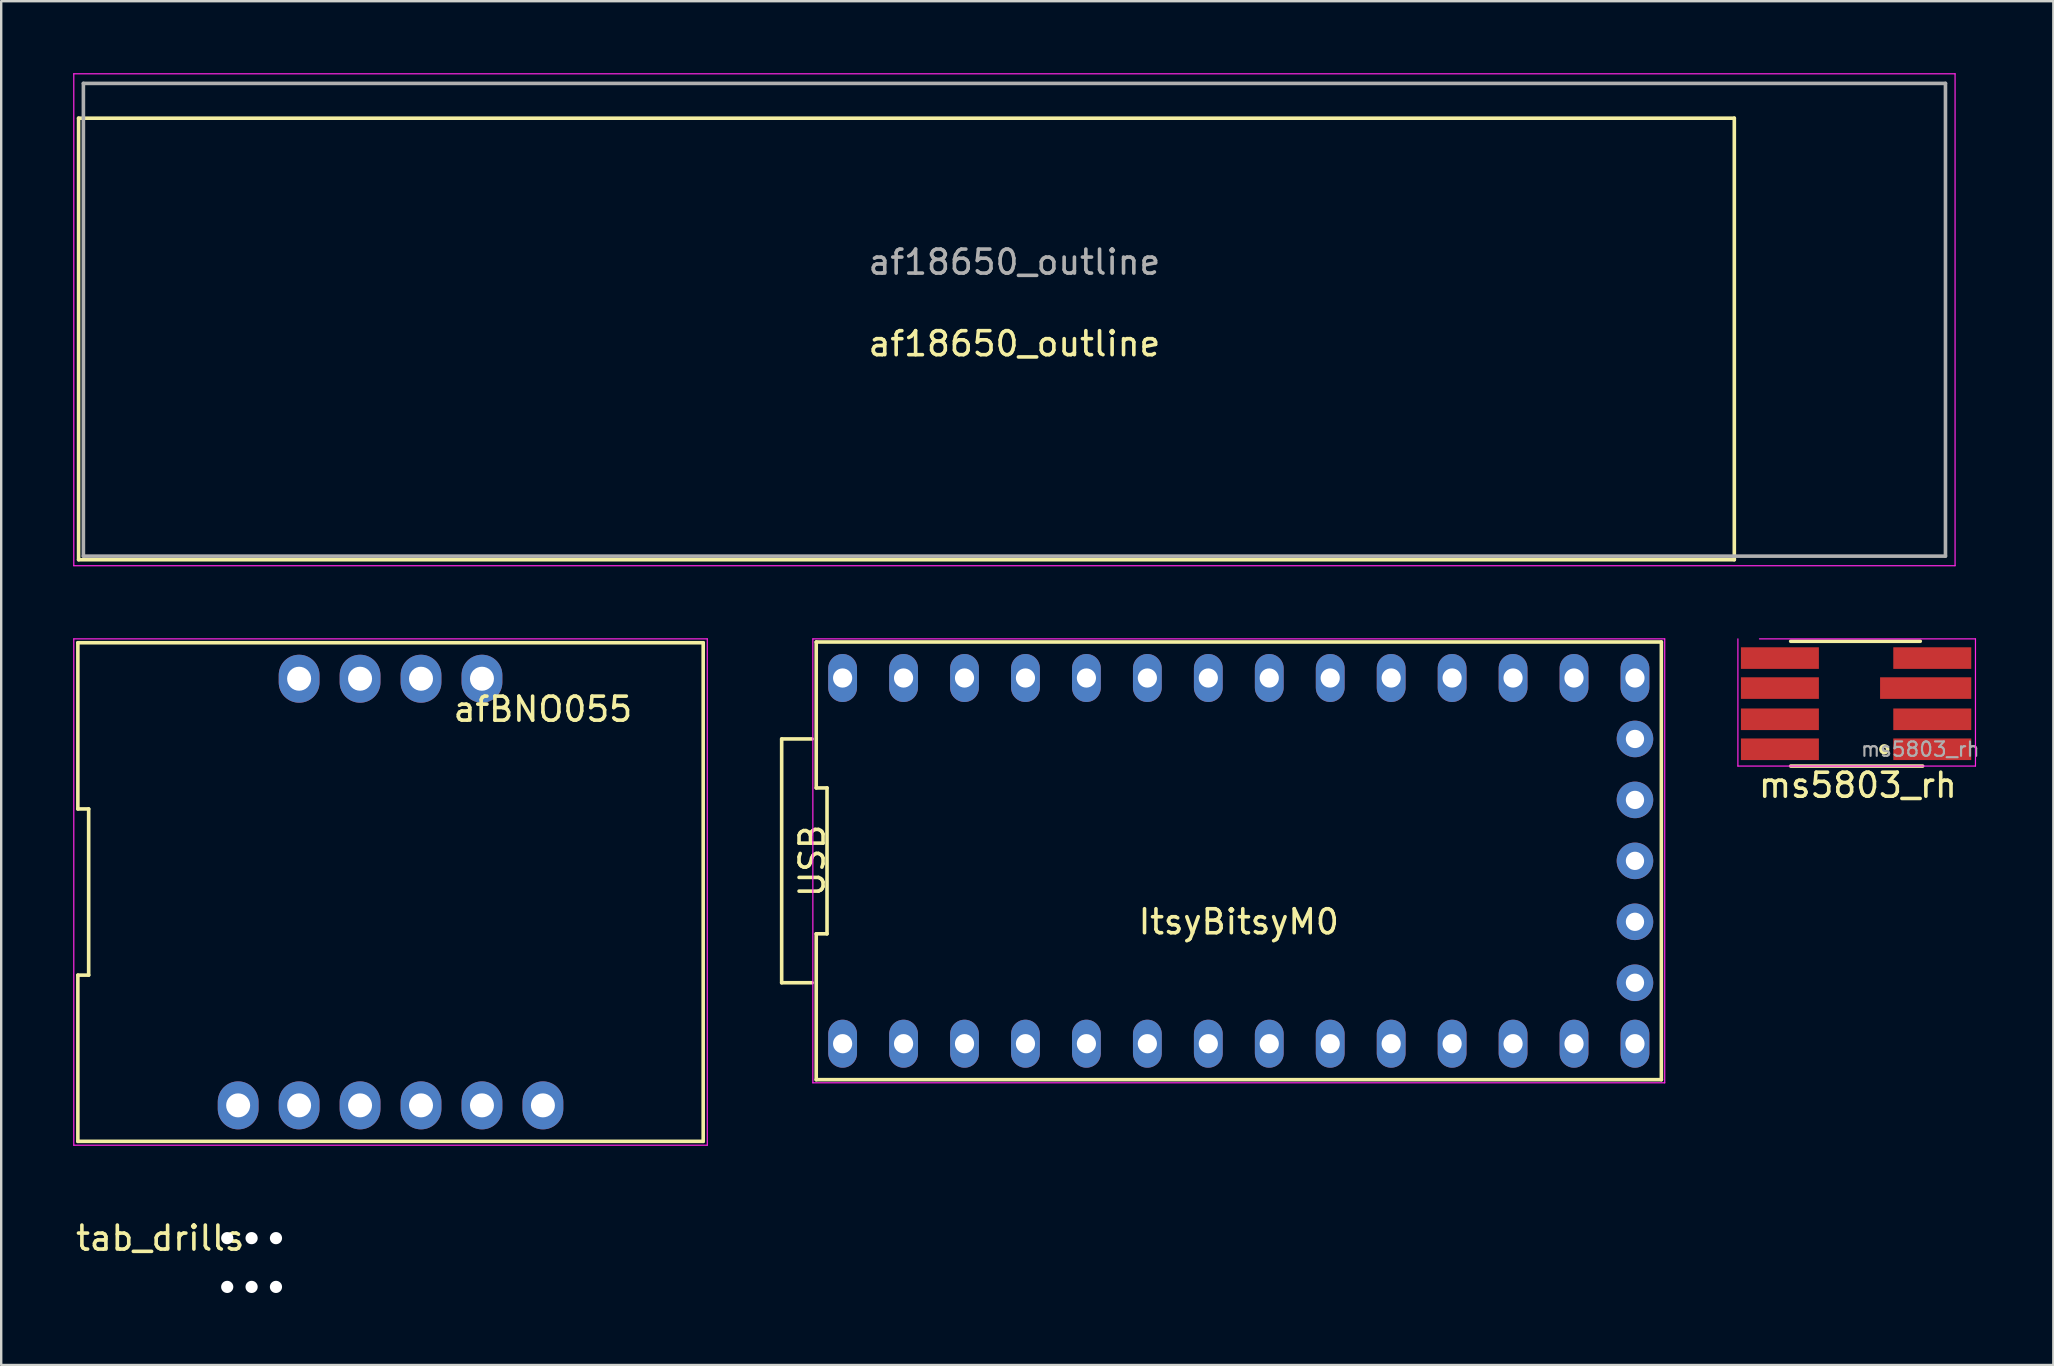
<source format=kicad_pcb>
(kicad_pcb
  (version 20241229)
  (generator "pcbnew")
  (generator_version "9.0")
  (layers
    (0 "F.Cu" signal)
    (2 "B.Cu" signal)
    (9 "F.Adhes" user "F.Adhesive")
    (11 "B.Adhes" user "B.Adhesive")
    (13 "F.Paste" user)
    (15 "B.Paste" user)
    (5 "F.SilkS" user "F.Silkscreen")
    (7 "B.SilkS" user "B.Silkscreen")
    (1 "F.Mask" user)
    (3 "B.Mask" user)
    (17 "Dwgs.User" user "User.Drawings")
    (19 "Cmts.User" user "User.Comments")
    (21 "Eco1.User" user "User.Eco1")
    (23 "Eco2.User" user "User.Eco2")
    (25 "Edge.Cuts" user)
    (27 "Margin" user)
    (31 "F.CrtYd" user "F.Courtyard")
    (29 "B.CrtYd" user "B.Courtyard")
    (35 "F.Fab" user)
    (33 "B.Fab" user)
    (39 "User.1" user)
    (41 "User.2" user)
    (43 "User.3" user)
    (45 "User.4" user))
  (footprint "afBNO055"
    (layer "F.Cu")
    (at 13.225 34.125)
    (property "Reference" "afBNO055" (at 6.35 -7.62 180) (layer "F.SilkS") (effects (font (size 1 1) (thickness 0.15))))
    (attr through_hole)
    (fp_line (start -13.03 -10.39) (end -13.03 -3.463) (stroke (width 0.15) (type solid)) (layer "F.SilkS"))
    (fp_line (start -13.03 -3.463) (end -12.58 -3.463) (stroke (width 0.15) (type solid)) (layer "F.SilkS"))
    (fp_line (start -13.03 3.463) (end -13.03 10.39) (stroke (width 0.15) (type solid)) (layer "F.SilkS"))
    (fp_line (start -13.03 10.39) (end 13.03 10.39) (stroke (width 0.15) (type solid)) (layer "F.SilkS"))
    (fp_line (start -12.58 -3.463) (end -12.58 3.463) (stroke (width 0.15) (type solid)) (layer "F.SilkS"))
    (fp_line (start -12.58 3.463) (end -13.03 3.463) (stroke (width 0.15) (type solid)) (layer "F.SilkS"))
    (fp_line (start 13.03 -10.39) (end -13.03 -10.39) (stroke (width 0.15) (type solid)) (layer "F.SilkS"))
    (fp_line (start 13.03 10.39) (end 13.03 -10.39) (stroke (width 0.15) (type solid)) (layer "F.SilkS"))
    (fp_line (start -13.2 -10.55) (end 13.2 -10.55) (stroke (width 0.05) (type solid)) (layer "F.CrtYd"))
    (fp_line (start -13.2 10.55) (end -13.2 -10.55) (stroke (width 0.05) (type solid)) (layer "F.CrtYd"))
    (fp_line (start 13.2 -10.55) (end 13.2 10.55) (stroke (width 0.05) (type solid)) (layer "F.CrtYd"))
    (fp_line (start 13.2 10.55) (end -13.2 10.55) (stroke (width 0.05) (type solid)) (layer "F.CrtYd"))
    (pad "1" thru_hole oval (at -6.35 8.89) (size 1.7 2) (drill 1) (layers "*.Cu" "*.Mask"))
    (pad "2" thru_hole oval (at -3.81 8.89) (size 1.7 2) (drill 1) (layers "*.Cu" "*.Mask"))
    (pad "3" thru_hole oval (at -1.27 8.89) (size 1.7 2) (drill 1) (layers "*.Cu" "*.Mask"))
    (pad "4" thru_hole oval (at 1.27 8.89) (size 1.7 2) (drill 1) (layers "*.Cu" "*.Mask"))
    (pad "5" thru_hole oval (at 3.81 8.89) (size 1.7 2) (drill 1) (layers "*.Cu" "*.Mask"))
    (pad "6" thru_hole oval (at 6.35 8.89) (size 1.7 2) (drill 1) (layers "*.Cu" "*.Mask"))
    (pad "7" thru_hole oval (at 3.81 -8.89) (size 1.7 2) (drill 1) (layers "*.Cu" "*.Mask"))
    (pad "8" thru_hole oval (at 1.27 -8.89) (size 1.7 2) (drill 1) (layers "*.Cu" "*.Mask"))
    (pad "9" thru_hole oval (at -1.27 -8.89) (size 1.7 2) (drill 1) (layers "*.Cu" "*.Mask"))
    (pad "10" thru_hole oval (at -3.81 -8.89) (size 1.7 2) (drill 1) (layers "*.Cu" "*.Mask")))
  (footprint "ms5803_rh"
    (layer "F.Cu")
    (at 76.975 28.175)
    (property "Reference" "ms5803_rh" (at -2.6 1.5 0) (layer "F.SilkS") (effects (font (size 1 1) (thickness 0.15))))
    (attr smd)
    (fp_line (start -5.4 -4.5) (end 0 -4.5) (stroke (width 0.15) (type solid)) (layer "F.SilkS"))
    (fp_line (start -5.4 0.7) (end 0.1 0.7) (stroke (width 0.15) (type solid)) (layer "F.SilkS"))
    (fp_circle (center -1.5 0) (end -1.4 0.1) (stroke (width 0.15) (type solid)) (fill no) (layer "F.SilkS"))
    (fp_line (start -7.6 -4.6) (end -7.6 0.7) (stroke (width 0.05) (type solid)) (layer "F.CrtYd"))
    (fp_line (start -7.6 0.7) (end 2.3 0.7) (stroke (width 0.05) (type solid)) (layer "F.CrtYd"))
    (fp_line (start -6.7 -4.6) (end 2.3 -4.6) (stroke (width 0.05) (type solid)) (layer "F.CrtYd"))
    (fp_line (start 2.3 -4.6) (end 2.3 0.7) (stroke (width 0.05) (type solid)) (layer "F.CrtYd"))
    (fp_text user "${REFERENCE}" (at 0 0 0) (layer "F.Fab") (effects (font (size 0.6 0.6) (thickness 0.09))))
    (pad "1" smd rect (at 0.5 0) (size 3.25 0.9) (layers "F.Cu" "F.Mask" "F.Paste"))
    (pad "2" smd rect (at 0.5 -1.25) (size 3.25 0.9) (layers "F.Cu" "F.Mask" "F.Paste"))
    (pad "3" smd rect (at 0.5 -2.55) (size 3.8 0.9) (drill (offset -0.275 0)) (layers "F.Cu" "F.Mask" "F.Paste"))
    (pad "4" smd rect (at 0.5 -3.8) (size 3.25 0.9) (layers "F.Cu" "F.Mask" "F.Paste"))
    (pad "5" smd rect (at -5.85 -3.8) (size 3.25 0.9) (layers "F.Cu" "F.Mask" "F.Paste"))
    (pad "6" smd rect (at -5.85 -2.55) (size 3.25 0.9) (layers "F.Cu" "F.Mask" "F.Paste"))
    (pad "7" smd rect (at -5.85 -1.25) (size 3.25 0.9) (layers "F.Cu" "F.Mask" "F.Paste"))
    (pad "8" smd rect (at -5.85 0) (size 3.25 0.9) (layers "F.Cu" "F.Mask" "F.Paste")))
  (footprint "af18650_outline"
    (layer "F.Cu")
    (at 3.225 10.275)
    (property "Reference" "af18650_outline" (at 36 1 0) (layer "F.SilkS") (effects (font (size 1 1) (thickness 0.15))))
    (attr through_hole)
    (fp_line (start -3 -8.4) (end 66 -8.4) (stroke (width 0.15) (type solid)) (layer "F.SilkS"))
    (fp_line (start -3 10) (end -3 -8.4) (stroke (width 0.15) (type solid)) (layer "F.SilkS"))
    (fp_line (start -3 10) (end 66 10) (stroke (width 0.15) (type solid)) (layer "F.SilkS"))
    (fp_line (start 66 10) (end 66 -8.4) (stroke (width 0.15) (type solid)) (layer "F.SilkS"))
    (fp_line (start -3.2 -10.25) (end 75.2 -10.25) (stroke (width 0.05) (type solid)) (layer "F.CrtYd"))
    (fp_line (start -3.2 10.25) (end -3.2 -10.25) (stroke (width 0.05) (type solid)) (layer "F.CrtYd"))
    (fp_line (start 75.2 -10.25) (end 75.2 10.25) (stroke (width 0.05) (type solid)) (layer "F.CrtYd"))
    (fp_line (start 75.2 10.25) (end -3.2 10.25) (stroke (width 0.05) (type solid)) (layer "F.CrtYd"))
    (fp_line (start -2.8 -9.85) (end 74.8 -9.85) (stroke (width 0.15) (type solid)) (layer "F.Fab"))
    (fp_line (start -2.8 9.85) (end -2.8 -9.85) (stroke (width 0.15) (type solid)) (layer "F.Fab"))
    (fp_line (start 74.8 -9.85) (end 74.8 9.85) (stroke (width 0.15) (type solid)) (layer "F.Fab"))
    (fp_line (start 74.8 9.85) (end -2.8 9.85) (stroke (width 0.15) (type solid)) (layer "F.Fab"))
    (fp_text user "${REFERENCE}" (at 36 -2.4 0) (layer "F.Fab") (effects (font (size 1 1) (thickness 0.15)))))
  (footprint "tab_drills"
    (layer "F.Cu")
    (at 6.165 48.294)
    (property "Reference" "tab_drills" (at -2.54 0.254 0) (layer "F.SilkS") (effects (font (size 1 1) (thickness 0.15))))
    (attr through_hole)
    (pad "" np_thru_hole circle (at 0.254 0.254) (size 0.508 0.508) (drill 0.508) (layers "*.Cu" "*.Mask"))
    (pad "" np_thru_hole circle (at 0.254 2.286) (size 0.508 0.508) (drill 0.508) (layers "*.Cu" "*.Mask"))
    (pad "" np_thru_hole circle (at 1.27 0.254) (size 0.508 0.508) (drill 0.508) (layers "*.Cu" "*.Mask"))
    (pad "" np_thru_hole circle (at 1.27 2.286) (size 0.508 0.508) (drill 0.508) (layers "*.Cu" "*.Mask"))
    (pad "" np_thru_hole circle (at 2.286 0.254) (size 0.508 0.508) (drill 0.508) (layers "*.Cu" "*.Mask"))
    (pad "" np_thru_hole circle (at 2.286 2.286) (size 0.508 0.508) (drill 0.508) (layers "*.Cu" "*.Mask")))
  (footprint "ItsyBitsyM0"
    (layer "F.Cu")
    (at 48.575 32.825)
    (property "Reference" "ItsyBitsyM0" (at 0 2.54 180) (layer "F.SilkS") (effects (font (size 1 1) (thickness 0.15))))
    (attr through_hole)
    (fp_line (start -19.05 -5.08) (end -19.05 5.08) (stroke (width 0.15) (type solid)) (layer "F.SilkS"))
    (fp_line (start -19.05 5.08) (end -17.78 5.08) (stroke (width 0.15) (type solid)) (layer "F.SilkS"))
    (fp_line (start -17.78 -5.08) (end -19.05 -5.08) (stroke (width 0.15) (type solid)) (layer "F.SilkS"))
    (fp_line (start -17.61 -9.12) (end -17.61 -3.04) (stroke (width 0.15) (type solid)) (layer "F.SilkS"))
    (fp_line (start -17.61 -3.04) (end -17.16 -3.04) (stroke (width 0.15) (type solid)) (layer "F.SilkS"))
    (fp_line (start -17.61 3.04) (end -17.61 9.12) (stroke (width 0.15) (type solid)) (layer "F.SilkS"))
    (fp_line (start -17.61 9.12) (end 17.61 9.12) (stroke (width 0.15) (type solid)) (layer "F.SilkS"))
    (fp_line (start -17.16 -3.04) (end -17.16 3.04) (stroke (width 0.15) (type solid)) (layer "F.SilkS"))
    (fp_line (start -17.16 3.04) (end -17.61 3.04) (stroke (width 0.15) (type solid)) (layer "F.SilkS"))
    (fp_line (start 17.61 -9.12) (end -17.61 -9.12) (stroke (width 0.15) (type solid)) (layer "F.SilkS"))
    (fp_line (start 17.61 9.12) (end 17.61 -9.12) (stroke (width 0.15) (type solid)) (layer "F.SilkS"))
    (fp_line (start -17.75 -9.25) (end 17.75 -9.25) (stroke (width 0.05) (type solid)) (layer "F.CrtYd"))
    (fp_line (start -17.75 9.25) (end -17.75 -9.25) (stroke (width 0.05) (type solid)) (layer "F.CrtYd"))
    (fp_line (start 17.75 -9.25) (end 17.75 9.25) (stroke (width 0.05) (type solid)) (layer "F.CrtYd"))
    (fp_line (start 17.75 9.25) (end -17.75 9.25) (stroke (width 0.05) (type solid)) (layer "F.CrtYd"))
    (fp_text user "USB" (at -17.78 0 90) (layer "F.SilkS") (effects (font (size 1 1) (thickness 0.15))))
    (pad "1" thru_hole oval (at -16.51 7.62) (size 1.2 2) (drill 0.8) (layers "*.Cu" "*.Mask"))
    (pad "2" thru_hole oval (at -13.97 7.62) (size 1.2 2) (drill 0.8) (layers "*.Cu" "*.Mask"))
    (pad "3" thru_hole oval (at -11.43 7.62) (size 1.2 2) (drill 0.8) (layers "*.Cu" "*.Mask"))
    (pad "4" thru_hole oval (at -8.89 7.62) (size 1.2 2) (drill 0.8) (layers "*.Cu" "*.Mask"))
    (pad "5" thru_hole oval (at -6.35 7.62) (size 1.2 2) (drill 0.8) (layers "*.Cu" "*.Mask"))
    (pad "6" thru_hole oval (at -3.81 7.62) (size 1.2 2) (drill 0.8) (layers "*.Cu" "*.Mask"))
    (pad "7" thru_hole oval (at -1.27 7.62) (size 1.2 2) (drill 0.8) (layers "*.Cu" "*.Mask"))
    (pad "8" thru_hole oval (at 1.27 7.62) (size 1.2 2) (drill 0.8) (layers "*.Cu" "*.Mask"))
    (pad "9" thru_hole oval (at 3.81 7.62) (size 1.2 2) (drill 0.8) (layers "*.Cu" "*.Mask"))
    (pad "10" thru_hole oval (at 6.35 7.62) (size 1.2 2) (drill 0.8) (layers "*.Cu" "*.Mask"))
    (pad "11" thru_hole oval (at 8.89 7.62) (size 1.2 2) (drill 0.8) (layers "*.Cu" "*.Mask"))
    (pad "12" thru_hole oval (at 11.43 7.62) (size 1.2 2) (drill 0.8) (layers "*.Cu" "*.Mask"))
    (pad "13" thru_hole oval (at 13.97 7.62) (size 1.2 2) (drill 0.8) (layers "*.Cu" "*.Mask"))
    (pad "14" thru_hole oval (at 16.51 7.62) (size 1.2 2) (drill 0.8) (layers "*.Cu" "*.Mask"))
    (pad "15" thru_hole circle (at 16.51 5.08) (size 1.524 1.524) (drill 0.762) (layers "*.Cu" "*.Mask"))
    (pad "16" thru_hole circle (at 16.51 2.54) (size 1.524 1.524) (drill 0.762) (layers "*.Cu" "*.Mask"))
    (pad "17" thru_hole circle (at 16.51 0) (size 1.524 1.524) (drill 0.762) (layers "*.Cu" "*.Mask"))
    (pad "18" thru_hole circle (at 16.51 -2.54) (size 1.524 1.524) (drill 0.762) (layers "*.Cu" "*.Mask"))
    (pad "19" thru_hole circle (at 16.51 -5.08) (size 1.524 1.524) (drill 0.762) (layers "*.Cu" "*.Mask"))
    (pad "20" thru_hole oval (at 16.51 -7.62) (size 1.2 2) (drill 0.8) (layers "*.Cu" "*.Mask"))
    (pad "21" thru_hole oval (at 13.97 -7.62) (size 1.2 2) (drill 0.8) (layers "*.Cu" "*.Mask"))
    (pad "22" thru_hole oval (at 11.43 -7.62) (size 1.2 2) (drill 0.8) (layers "*.Cu" "*.Mask"))
    (pad "23" thru_hole oval (at 8.89 -7.62) (size 1.2 2) (drill 0.8) (layers "*.Cu" "*.Mask"))
    (pad "24" thru_hole oval (at 6.35 -7.62) (size 1.2 2) (drill 0.8) (layers "*.Cu" "*.Mask"))
    (pad "25" thru_hole oval (at 3.81 -7.62) (size 1.2 2) (drill 0.8) (layers "*.Cu" "*.Mask"))
    (pad "26" thru_hole oval (at 1.27 -7.62) (size 1.2 2) (drill 0.8) (layers "*.Cu" "*.Mask"))
    (pad "27" thru_hole oval (at -1.27 -7.62) (size 1.2 2) (drill 0.8) (layers "*.Cu" "*.Mask"))
    (pad "28" thru_hole oval (at -3.81 -7.62) (size 1.2 2) (drill 0.8) (layers "*.Cu" "*.Mask"))
    (pad "29" thru_hole oval (at -6.35 -7.62) (size 1.2 2) (drill 0.8) (layers "*.Cu" "*.Mask"))
    (pad "30" thru_hole oval (at -8.89 -7.62) (size 1.2 2) (drill 0.8) (layers "*.Cu" "*.Mask"))
    (pad "31" thru_hole oval (at -11.43 -7.62) (size 1.2 2) (drill 0.8) (layers "*.Cu" "*.Mask"))
    (pad "32" thru_hole oval (at -13.97 -7.62) (size 1.2 2) (drill 0.8) (layers "*.Cu" "*.Mask"))
    (pad "33" thru_hole oval (at -16.51 -7.62) (size 1.2 2) (drill 0.8) (layers "*.Cu" "*.Mask")))
  (gr_rect
    (start -3 -3)
    (end 82.521 53.834)
    (stroke (width 0.1) (type default))
    (fill no)
    (layer "Edge.Cuts")))
</source>
